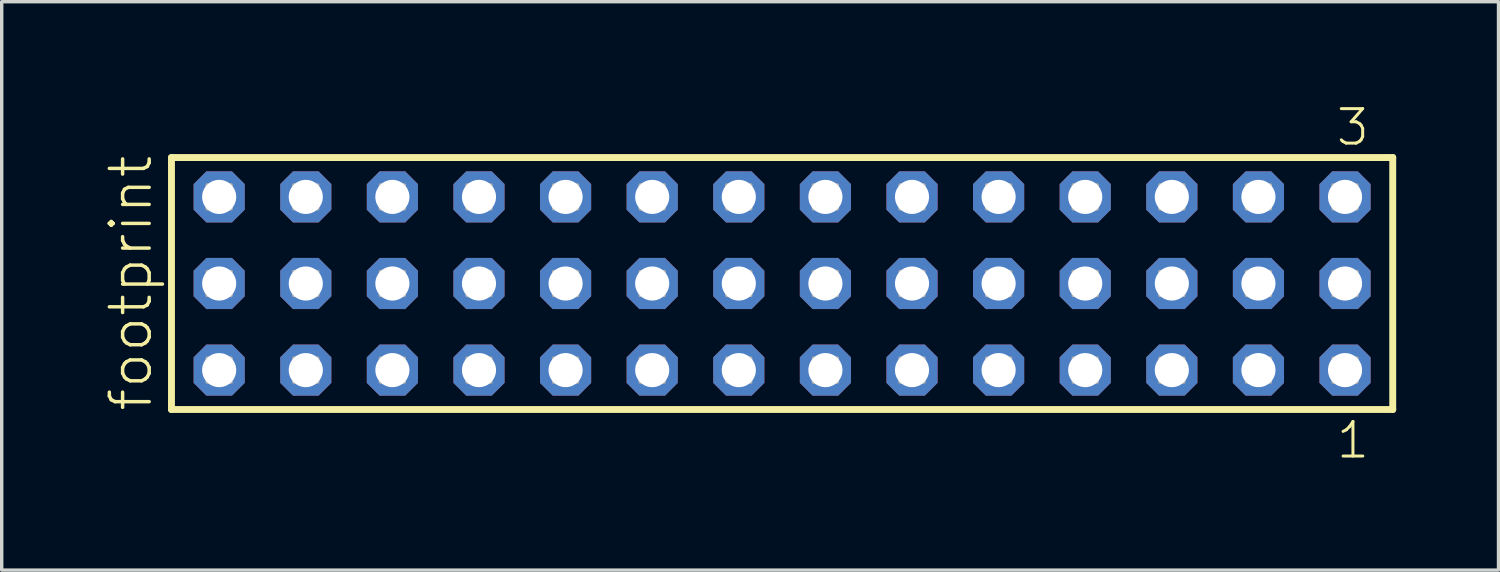
<source format=kicad_pcb>
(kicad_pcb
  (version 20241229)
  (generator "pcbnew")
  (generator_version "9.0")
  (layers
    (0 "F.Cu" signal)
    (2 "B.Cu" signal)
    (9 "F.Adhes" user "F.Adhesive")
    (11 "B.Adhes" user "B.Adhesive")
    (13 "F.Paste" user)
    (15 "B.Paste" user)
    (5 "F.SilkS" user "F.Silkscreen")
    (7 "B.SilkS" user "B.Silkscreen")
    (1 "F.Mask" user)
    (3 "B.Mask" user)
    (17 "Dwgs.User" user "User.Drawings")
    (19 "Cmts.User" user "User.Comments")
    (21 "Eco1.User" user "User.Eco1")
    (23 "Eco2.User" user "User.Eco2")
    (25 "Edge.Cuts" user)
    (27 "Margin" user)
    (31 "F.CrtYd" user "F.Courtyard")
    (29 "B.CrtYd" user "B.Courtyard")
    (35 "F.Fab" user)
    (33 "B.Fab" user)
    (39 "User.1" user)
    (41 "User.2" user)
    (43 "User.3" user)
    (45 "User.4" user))
  (footprint "footprint"
    (layer "F.Cu")
    (at 19.888 5.265)
    (property "Reference" "footprint" (at -18.415 3.81 90) (layer "F.SilkS") (effects (font (size 1.168 1.168) (thickness 0.102)) (justify left bottom)))
    (fp_line (start -17.909 -3.695) (end 17.909 -3.695) (stroke (width 0.203) (type solid)) (layer "F.SilkS"))
    (fp_line (start -17.909 3.695) (end -17.909 -3.695) (stroke (width 0.203) (type solid)) (layer "F.SilkS"))
    (fp_line (start 17.909 -3.695) (end 17.909 3.695) (stroke (width 0.203) (type solid)) (layer "F.SilkS"))
    (fp_line (start 17.909 3.695) (end -17.909 3.695) (stroke (width 0.203) (type solid)) (layer "F.SilkS"))
    (fp_poly (pts (xy -16.86 -2.19) (xy -16.16 -2.19) (xy -16.16 -2.89) (xy -16.86 -2.89)) (stroke (width 0.1) (type solid)) (fill no) (layer "F.Fab"))
    (fp_poly (pts (xy -16.86 0.35) (xy -16.16 0.35) (xy -16.16 -0.35) (xy -16.86 -0.35)) (stroke (width 0.1) (type solid)) (fill no) (layer "F.Fab"))
    (fp_poly (pts (xy -16.86 2.89) (xy -16.16 2.89) (xy -16.16 2.19) (xy -16.86 2.19)) (stroke (width 0.1) (type solid)) (fill no) (layer "F.Fab"))
    (fp_poly (pts (xy -14.32 -2.19) (xy -13.62 -2.19) (xy -13.62 -2.89) (xy -14.32 -2.89)) (stroke (width 0.1) (type solid)) (fill no) (layer "F.Fab"))
    (fp_poly (pts (xy -14.32 0.35) (xy -13.62 0.35) (xy -13.62 -0.35) (xy -14.32 -0.35)) (stroke (width 0.1) (type solid)) (fill no) (layer "F.Fab"))
    (fp_poly (pts (xy -14.32 2.89) (xy -13.62 2.89) (xy -13.62 2.19) (xy -14.32 2.19)) (stroke (width 0.1) (type solid)) (fill no) (layer "F.Fab"))
    (fp_poly (pts (xy -11.78 -2.19) (xy -11.08 -2.19) (xy -11.08 -2.89) (xy -11.78 -2.89)) (stroke (width 0.1) (type solid)) (fill no) (layer "F.Fab"))
    (fp_poly (pts (xy -11.78 0.35) (xy -11.08 0.35) (xy -11.08 -0.35) (xy -11.78 -0.35)) (stroke (width 0.1) (type solid)) (fill no) (layer "F.Fab"))
    (fp_poly (pts (xy -11.78 2.89) (xy -11.08 2.89) (xy -11.08 2.19) (xy -11.78 2.19)) (stroke (width 0.1) (type solid)) (fill no) (layer "F.Fab"))
    (fp_poly (pts (xy -9.24 -2.19) (xy -8.54 -2.19) (xy -8.54 -2.89) (xy -9.24 -2.89)) (stroke (width 0.1) (type solid)) (fill no) (layer "F.Fab"))
    (fp_poly (pts (xy -9.24 0.35) (xy -8.54 0.35) (xy -8.54 -0.35) (xy -9.24 -0.35)) (stroke (width 0.1) (type solid)) (fill no) (layer "F.Fab"))
    (fp_poly (pts (xy -9.24 2.89) (xy -8.54 2.89) (xy -8.54 2.19) (xy -9.24 2.19)) (stroke (width 0.1) (type solid)) (fill no) (layer "F.Fab"))
    (fp_poly (pts (xy -6.7 -2.19) (xy -6 -2.19) (xy -6 -2.89) (xy -6.7 -2.89)) (stroke (width 0.1) (type solid)) (fill no) (layer "F.Fab"))
    (fp_poly (pts (xy -6.7 0.35) (xy -6 0.35) (xy -6 -0.35) (xy -6.7 -0.35)) (stroke (width 0.1) (type solid)) (fill no) (layer "F.Fab"))
    (fp_poly (pts (xy -6.7 2.89) (xy -6 2.89) (xy -6 2.19) (xy -6.7 2.19)) (stroke (width 0.1) (type solid)) (fill no) (layer "F.Fab"))
    (fp_poly (pts (xy -4.16 -2.19) (xy -3.46 -2.19) (xy -3.46 -2.89) (xy -4.16 -2.89)) (stroke (width 0.1) (type solid)) (fill no) (layer "F.Fab"))
    (fp_poly (pts (xy -4.16 0.35) (xy -3.46 0.35) (xy -3.46 -0.35) (xy -4.16 -0.35)) (stroke (width 0.1) (type solid)) (fill no) (layer "F.Fab"))
    (fp_poly (pts (xy -4.16 2.89) (xy -3.46 2.89) (xy -3.46 2.19) (xy -4.16 2.19)) (stroke (width 0.1) (type solid)) (fill no) (layer "F.Fab"))
    (fp_poly (pts (xy -1.62 -2.19) (xy -0.92 -2.19) (xy -0.92 -2.89) (xy -1.62 -2.89)) (stroke (width 0.1) (type solid)) (fill no) (layer "F.Fab"))
    (fp_poly (pts (xy -1.62 0.35) (xy -0.92 0.35) (xy -0.92 -0.35) (xy -1.62 -0.35)) (stroke (width 0.1) (type solid)) (fill no) (layer "F.Fab"))
    (fp_poly (pts (xy -1.62 2.89) (xy -0.92 2.89) (xy -0.92 2.19) (xy -1.62 2.19)) (stroke (width 0.1) (type solid)) (fill no) (layer "F.Fab"))
    (fp_poly (pts (xy 0.92 -2.19) (xy 1.62 -2.19) (xy 1.62 -2.89) (xy 0.92 -2.89)) (stroke (width 0.1) (type solid)) (fill no) (layer "F.Fab"))
    (fp_poly (pts (xy 0.92 0.35) (xy 1.62 0.35) (xy 1.62 -0.35) (xy 0.92 -0.35)) (stroke (width 0.1) (type solid)) (fill no) (layer "F.Fab"))
    (fp_poly (pts (xy 0.92 2.89) (xy 1.62 2.89) (xy 1.62 2.19) (xy 0.92 2.19)) (stroke (width 0.1) (type solid)) (fill no) (layer "F.Fab"))
    (fp_poly (pts (xy 3.46 -2.19) (xy 4.16 -2.19) (xy 4.16 -2.89) (xy 3.46 -2.89)) (stroke (width 0.1) (type solid)) (fill no) (layer "F.Fab"))
    (fp_poly (pts (xy 3.46 0.35) (xy 4.16 0.35) (xy 4.16 -0.35) (xy 3.46 -0.35)) (stroke (width 0.1) (type solid)) (fill no) (layer "F.Fab"))
    (fp_poly (pts (xy 3.46 2.89) (xy 4.16 2.89) (xy 4.16 2.19) (xy 3.46 2.19)) (stroke (width 0.1) (type solid)) (fill no) (layer "F.Fab"))
    (fp_poly (pts (xy 6 -2.19) (xy 6.7 -2.19) (xy 6.7 -2.89) (xy 6 -2.89)) (stroke (width 0.1) (type solid)) (fill no) (layer "F.Fab"))
    (fp_poly (pts (xy 6 0.35) (xy 6.7 0.35) (xy 6.7 -0.35) (xy 6 -0.35)) (stroke (width 0.1) (type solid)) (fill no) (layer "F.Fab"))
    (fp_poly (pts (xy 6 2.89) (xy 6.7 2.89) (xy 6.7 2.19) (xy 6 2.19)) (stroke (width 0.1) (type solid)) (fill no) (layer "F.Fab"))
    (fp_poly (pts (xy 8.54 -2.19) (xy 9.24 -2.19) (xy 9.24 -2.89) (xy 8.54 -2.89)) (stroke (width 0.1) (type solid)) (fill no) (layer "F.Fab"))
    (fp_poly (pts (xy 8.54 0.35) (xy 9.24 0.35) (xy 9.24 -0.35) (xy 8.54 -0.35)) (stroke (width 0.1) (type solid)) (fill no) (layer "F.Fab"))
    (fp_poly (pts (xy 8.54 2.89) (xy 9.24 2.89) (xy 9.24 2.19) (xy 8.54 2.19)) (stroke (width 0.1) (type solid)) (fill no) (layer "F.Fab"))
    (fp_poly (pts (xy 11.08 -2.19) (xy 11.78 -2.19) (xy 11.78 -2.89) (xy 11.08 -2.89)) (stroke (width 0.1) (type solid)) (fill no) (layer "F.Fab"))
    (fp_poly (pts (xy 11.08 0.35) (xy 11.78 0.35) (xy 11.78 -0.35) (xy 11.08 -0.35)) (stroke (width 0.1) (type solid)) (fill no) (layer "F.Fab"))
    (fp_poly (pts (xy 11.08 2.89) (xy 11.78 2.89) (xy 11.78 2.19) (xy 11.08 2.19)) (stroke (width 0.1) (type solid)) (fill no) (layer "F.Fab"))
    (fp_poly (pts (xy 13.62 -2.19) (xy 14.32 -2.19) (xy 14.32 -2.89) (xy 13.62 -2.89)) (stroke (width 0.1) (type solid)) (fill no) (layer "F.Fab"))
    (fp_poly (pts (xy 13.62 0.35) (xy 14.32 0.35) (xy 14.32 -0.35) (xy 13.62 -0.35)) (stroke (width 0.1) (type solid)) (fill no) (layer "F.Fab"))
    (fp_poly (pts (xy 13.62 2.89) (xy 14.32 2.89) (xy 14.32 2.19) (xy 13.62 2.19)) (stroke (width 0.1) (type solid)) (fill no) (layer "F.Fab"))
    (fp_poly (pts (xy 16.16 -2.19) (xy 16.86 -2.19) (xy 16.86 -2.89) (xy 16.16 -2.89)) (stroke (width 0.1) (type solid)) (fill no) (layer "F.Fab"))
    (fp_poly (pts (xy 16.16 0.35) (xy 16.86 0.35) (xy 16.86 -0.35) (xy 16.16 -0.35)) (stroke (width 0.1) (type solid)) (fill no) (layer "F.Fab"))
    (fp_poly (pts (xy 16.16 2.89) (xy 16.86 2.89) (xy 16.86 2.19) (xy 16.16 2.19)) (stroke (width 0.1) (type solid)) (fill no) (layer "F.Fab"))
    (fp_text user "3" (at 16.198 -3.989 0) (layer "F.SilkS") (effects (font (size 1.012 1.012) (thickness 0.088)) (justify left bottom)))
    (fp_text user "1" (at 16.202 5.188 0) (layer "F.SilkS") (effects (font (size 1.012 1.012) (thickness 0.088)) (justify left bottom)))
    (pad "1" thru_hole roundrect (at 16.51 2.54 180) (size 1.5 1.5) (drill 1) (layers "*.Cu" "*.Mask") (roundrect_rratio 0.25) (chamfer_ratio 0.25) (chamfer top_left top_right bottom_left bottom_right))
    (pad "2" thru_hole roundrect (at 16.51 0 180) (size 1.5 1.5) (drill 1) (layers "*.Cu" "*.Mask") (roundrect_rratio 0.25) (chamfer_ratio 0.25) (chamfer top_left top_right bottom_left bottom_right))
    (pad "3" thru_hole roundrect (at 16.51 -2.54 180) (size 1.5 1.5) (drill 1) (layers "*.Cu" "*.Mask") (roundrect_rratio 0.25) (chamfer_ratio 0.25) (chamfer top_left top_right bottom_left bottom_right))
    (pad "4" thru_hole roundrect (at 13.97 2.54 180) (size 1.5 1.5) (drill 1) (layers "*.Cu" "*.Mask") (roundrect_rratio 0.25) (chamfer_ratio 0.25) (chamfer top_left top_right bottom_left bottom_right))
    (pad "5" thru_hole roundrect (at 13.97 0 180) (size 1.5 1.5) (drill 1) (layers "*.Cu" "*.Mask") (roundrect_rratio 0.25) (chamfer_ratio 0.25) (chamfer top_left top_right bottom_left bottom_right))
    (pad "6" thru_hole roundrect (at 13.97 -2.54 180) (size 1.5 1.5) (drill 1) (layers "*.Cu" "*.Mask") (roundrect_rratio 0.25) (chamfer_ratio 0.25) (chamfer top_left top_right bottom_left bottom_right))
    (pad "7" thru_hole roundrect (at 11.43 2.54 180) (size 1.5 1.5) (drill 1) (layers "*.Cu" "*.Mask") (roundrect_rratio 0.25) (chamfer_ratio 0.25) (chamfer top_left top_right bottom_left bottom_right))
    (pad "8" thru_hole roundrect (at 11.43 0 180) (size 1.5 1.5) (drill 1) (layers "*.Cu" "*.Mask") (roundrect_rratio 0.25) (chamfer_ratio 0.25) (chamfer top_left top_right bottom_left bottom_right))
    (pad "9" thru_hole roundrect (at 11.43 -2.54 180) (size 1.5 1.5) (drill 1) (layers "*.Cu" "*.Mask") (roundrect_rratio 0.25) (chamfer_ratio 0.25) (chamfer top_left top_right bottom_left bottom_right))
    (pad "10" thru_hole roundrect (at 8.89 2.54 180) (size 1.5 1.5) (drill 1) (layers "*.Cu" "*.Mask") (roundrect_rratio 0.25) (chamfer_ratio 0.25) (chamfer top_left top_right bottom_left bottom_right))
    (pad "11" thru_hole roundrect (at 8.89 0 180) (size 1.5 1.5) (drill 1) (layers "*.Cu" "*.Mask") (roundrect_rratio 0.25) (chamfer_ratio 0.25) (chamfer top_left top_right bottom_left bottom_right))
    (pad "12" thru_hole roundrect (at 8.89 -2.54 180) (size 1.5 1.5) (drill 1) (layers "*.Cu" "*.Mask") (roundrect_rratio 0.25) (chamfer_ratio 0.25) (chamfer top_left top_right bottom_left bottom_right))
    (pad "13" thru_hole roundrect (at 6.35 2.54 180) (size 1.5 1.5) (drill 1) (layers "*.Cu" "*.Mask") (roundrect_rratio 0.25) (chamfer_ratio 0.25) (chamfer top_left top_right bottom_left bottom_right))
    (pad "14" thru_hole roundrect (at 6.35 0 180) (size 1.5 1.5) (drill 1) (layers "*.Cu" "*.Mask") (roundrect_rratio 0.25) (chamfer_ratio 0.25) (chamfer top_left top_right bottom_left bottom_right))
    (pad "15" thru_hole roundrect (at 6.35 -2.54 180) (size 1.5 1.5) (drill 1) (layers "*.Cu" "*.Mask") (roundrect_rratio 0.25) (chamfer_ratio 0.25) (chamfer top_left top_right bottom_left bottom_right))
    (pad "16" thru_hole roundrect (at 3.81 2.54 180) (size 1.5 1.5) (drill 1) (layers "*.Cu" "*.Mask") (roundrect_rratio 0.25) (chamfer_ratio 0.25) (chamfer top_left top_right bottom_left bottom_right))
    (pad "17" thru_hole roundrect (at 3.81 0 180) (size 1.5 1.5) (drill 1) (layers "*.Cu" "*.Mask") (roundrect_rratio 0.25) (chamfer_ratio 0.25) (chamfer top_left top_right bottom_left bottom_right))
    (pad "18" thru_hole roundrect (at 3.81 -2.54 180) (size 1.5 1.5) (drill 1) (layers "*.Cu" "*.Mask") (roundrect_rratio 0.25) (chamfer_ratio 0.25) (chamfer top_left top_right bottom_left bottom_right))
    (pad "19" thru_hole roundrect (at 1.27 2.54 180) (size 1.5 1.5) (drill 1) (layers "*.Cu" "*.Mask") (roundrect_rratio 0.25) (chamfer_ratio 0.25) (chamfer top_left top_right bottom_left bottom_right))
    (pad "20" thru_hole roundrect (at 1.27 0 180) (size 1.5 1.5) (drill 1) (layers "*.Cu" "*.Mask") (roundrect_rratio 0.25) (chamfer_ratio 0.25) (chamfer top_left top_right bottom_left bottom_right))
    (pad "21" thru_hole roundrect (at 1.27 -2.54 180) (size 1.5 1.5) (drill 1) (layers "*.Cu" "*.Mask") (roundrect_rratio 0.25) (chamfer_ratio 0.25) (chamfer top_left top_right bottom_left bottom_right))
    (pad "22" thru_hole roundrect (at -1.27 2.54 180) (size 1.5 1.5) (drill 1) (layers "*.Cu" "*.Mask") (roundrect_rratio 0.25) (chamfer_ratio 0.25) (chamfer top_left top_right bottom_left bottom_right))
    (pad "23" thru_hole roundrect (at -1.27 0 180) (size 1.5 1.5) (drill 1) (layers "*.Cu" "*.Mask") (roundrect_rratio 0.25) (chamfer_ratio 0.25) (chamfer top_left top_right bottom_left bottom_right))
    (pad "24" thru_hole roundrect (at -1.27 -2.54 180) (size 1.5 1.5) (drill 1) (layers "*.Cu" "*.Mask") (roundrect_rratio 0.25) (chamfer_ratio 0.25) (chamfer top_left top_right bottom_left bottom_right))
    (pad "25" thru_hole roundrect (at -3.81 2.54 180) (size 1.5 1.5) (drill 1) (layers "*.Cu" "*.Mask") (roundrect_rratio 0.25) (chamfer_ratio 0.25) (chamfer top_left top_right bottom_left bottom_right))
    (pad "26" thru_hole roundrect (at -3.81 0 180) (size 1.5 1.5) (drill 1) (layers "*.Cu" "*.Mask") (roundrect_rratio 0.25) (chamfer_ratio 0.25) (chamfer top_left top_right bottom_left bottom_right))
    (pad "27" thru_hole roundrect (at -3.81 -2.54 180) (size 1.5 1.5) (drill 1) (layers "*.Cu" "*.Mask") (roundrect_rratio 0.25) (chamfer_ratio 0.25) (chamfer top_left top_right bottom_left bottom_right))
    (pad "28" thru_hole roundrect (at -6.35 2.54 180) (size 1.5 1.5) (drill 1) (layers "*.Cu" "*.Mask") (roundrect_rratio 0.25) (chamfer_ratio 0.25) (chamfer top_left top_right bottom_left bottom_right))
    (pad "29" thru_hole roundrect (at -6.35 0 180) (size 1.5 1.5) (drill 1) (layers "*.Cu" "*.Mask") (roundrect_rratio 0.25) (chamfer_ratio 0.25) (chamfer top_left top_right bottom_left bottom_right))
    (pad "30" thru_hole roundrect (at -6.35 -2.54 180) (size 1.5 1.5) (drill 1) (layers "*.Cu" "*.Mask") (roundrect_rratio 0.25) (chamfer_ratio 0.25) (chamfer top_left top_right bottom_left bottom_right))
    (pad "31" thru_hole roundrect (at -8.89 2.54 180) (size 1.5 1.5) (drill 1) (layers "*.Cu" "*.Mask") (roundrect_rratio 0.25) (chamfer_ratio 0.25) (chamfer top_left top_right bottom_left bottom_right))
    (pad "32" thru_hole roundrect (at -8.89 0 180) (size 1.5 1.5) (drill 1) (layers "*.Cu" "*.Mask") (roundrect_rratio 0.25) (chamfer_ratio 0.25) (chamfer top_left top_right bottom_left bottom_right))
    (pad "33" thru_hole roundrect (at -8.89 -2.54 180) (size 1.5 1.5) (drill 1) (layers "*.Cu" "*.Mask") (roundrect_rratio 0.25) (chamfer_ratio 0.25) (chamfer top_left top_right bottom_left bottom_right))
    (pad "34" thru_hole roundrect (at -11.43 2.54 180) (size 1.5 1.5) (drill 1) (layers "*.Cu" "*.Mask") (roundrect_rratio 0.25) (chamfer_ratio 0.25) (chamfer top_left top_right bottom_left bottom_right))
    (pad "35" thru_hole roundrect (at -11.43 0 180) (size 1.5 1.5) (drill 1) (layers "*.Cu" "*.Mask") (roundrect_rratio 0.25) (chamfer_ratio 0.25) (chamfer top_left top_right bottom_left bottom_right))
    (pad "36" thru_hole roundrect (at -11.43 -2.54 180) (size 1.5 1.5) (drill 1) (layers "*.Cu" "*.Mask") (roundrect_rratio 0.25) (chamfer_ratio 0.25) (chamfer top_left top_right bottom_left bottom_right))
    (pad "37" thru_hole roundrect (at -13.97 2.54 180) (size 1.5 1.5) (drill 1) (layers "*.Cu" "*.Mask") (roundrect_rratio 0.25) (chamfer_ratio 0.25) (chamfer top_left top_right bottom_left bottom_right))
    (pad "38" thru_hole roundrect (at -13.97 0 180) (size 1.5 1.5) (drill 1) (layers "*.Cu" "*.Mask") (roundrect_rratio 0.25) (chamfer_ratio 0.25) (chamfer top_left top_right bottom_left bottom_right))
    (pad "39" thru_hole roundrect (at -13.97 -2.54 180) (size 1.5 1.5) (drill 1) (layers "*.Cu" "*.Mask") (roundrect_rratio 0.25) (chamfer_ratio 0.25) (chamfer top_left top_right bottom_left bottom_right))
    (pad "40" thru_hole roundrect (at -16.51 2.54 180) (size 1.5 1.5) (drill 1) (layers "*.Cu" "*.Mask") (roundrect_rratio 0.25) (chamfer_ratio 0.25) (chamfer top_left top_right bottom_left bottom_right))
    (pad "41" thru_hole roundrect (at -16.51 0 180) (size 1.5 1.5) (drill 1) (layers "*.Cu" "*.Mask") (roundrect_rratio 0.25) (chamfer_ratio 0.25) (chamfer top_left top_right bottom_left bottom_right))
    (pad "42" thru_hole roundrect (at -16.51 -2.54 180) (size 1.5 1.5) (drill 1) (layers "*.Cu" "*.Mask") (roundrect_rratio 0.25) (chamfer_ratio 0.25) (chamfer top_left top_right bottom_left bottom_right)))
  (gr_rect
    (start -3 -3)
    (end 40.899 13.67)
    (stroke (width 0.1) (type default))
    (fill no)
    (layer "Edge.Cuts")))
</source>
